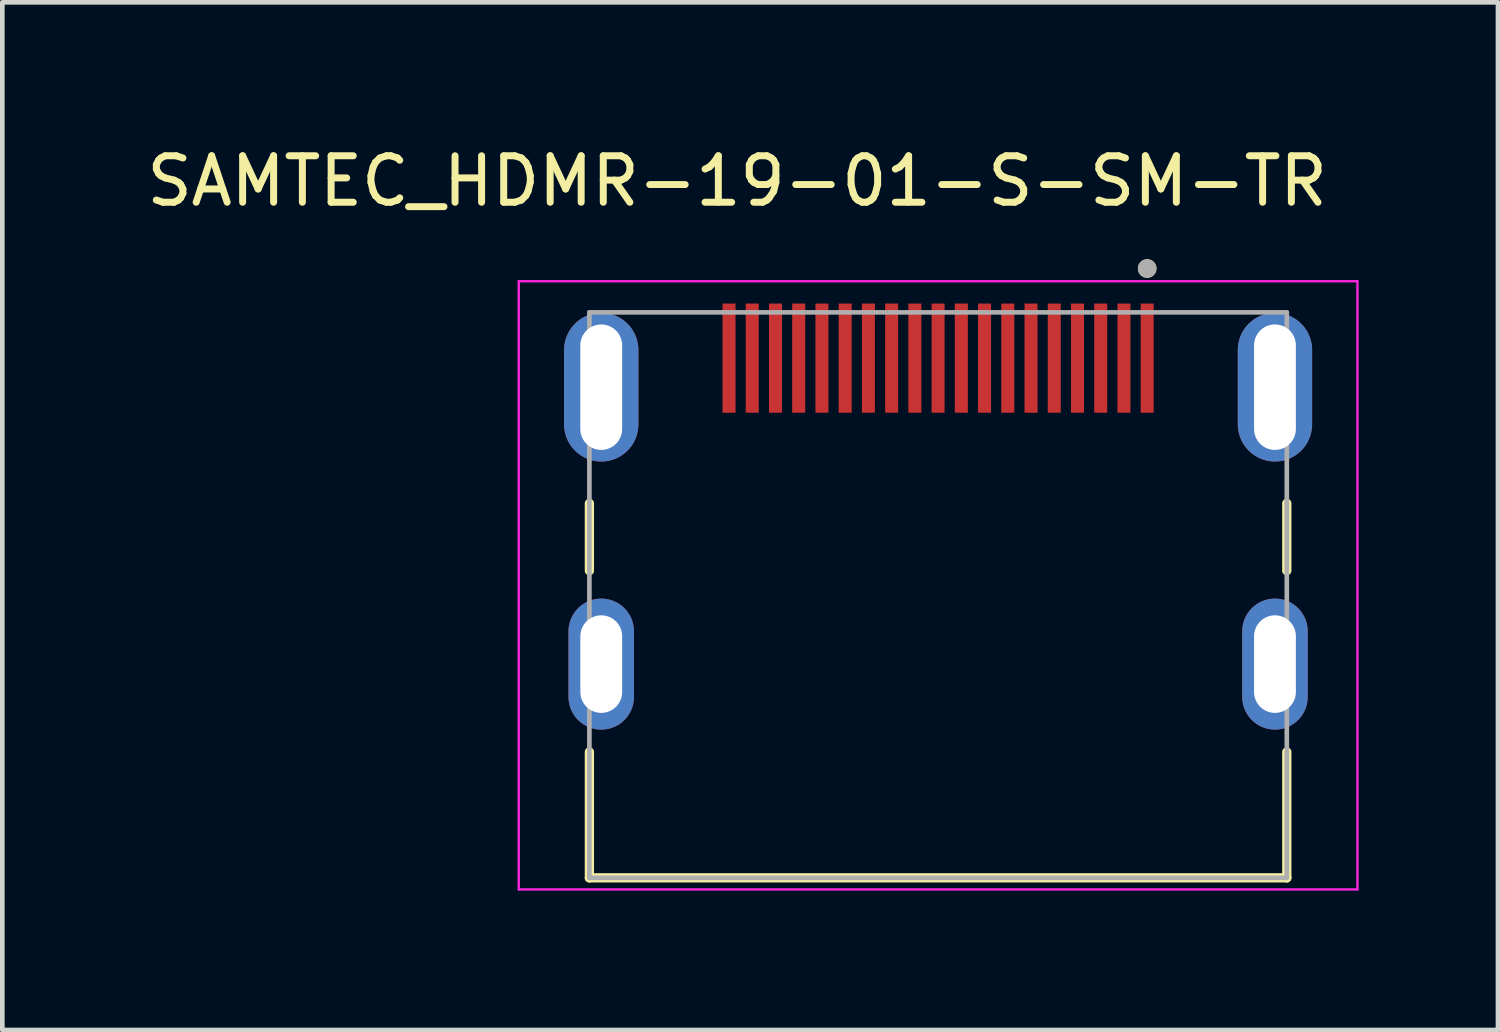
<source format=kicad_pcb>
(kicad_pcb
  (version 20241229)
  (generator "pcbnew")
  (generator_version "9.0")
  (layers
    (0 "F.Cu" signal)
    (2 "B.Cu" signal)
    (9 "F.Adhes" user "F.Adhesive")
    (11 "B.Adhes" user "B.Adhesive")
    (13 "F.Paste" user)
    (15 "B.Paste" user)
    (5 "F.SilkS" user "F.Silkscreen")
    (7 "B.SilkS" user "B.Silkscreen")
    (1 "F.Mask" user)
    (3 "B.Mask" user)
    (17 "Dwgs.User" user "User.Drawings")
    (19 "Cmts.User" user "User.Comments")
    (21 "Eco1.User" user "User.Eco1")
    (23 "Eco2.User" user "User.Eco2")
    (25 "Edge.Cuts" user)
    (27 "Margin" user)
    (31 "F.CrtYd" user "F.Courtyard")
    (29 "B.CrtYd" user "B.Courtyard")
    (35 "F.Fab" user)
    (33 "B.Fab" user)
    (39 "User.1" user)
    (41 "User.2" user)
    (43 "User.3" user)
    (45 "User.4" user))
  (footprint "SAMTEC_HDMR-19-01-S-SM-TR"
    (layer "F.Cu")
    (at 17.14 10.483)
    (property "Reference" "SAMTEC_HDMR-19-01-S-SM-TR" (at -4.325 -9.635 0) (layer "F.SilkS") (effects (font (size 1 1) (thickness 0.15))))
    (attr through_hole)
    (fp_line (start -7.505 -1.25) (end -7.505 -2.7) (stroke (width 0.2) (type solid)) (layer "F.SilkS"))
    (fp_line (start -7.505 2.65) (end -7.505 5.36) (stroke (width 0.2) (type solid)) (layer "F.SilkS"))
    (fp_line (start -7.505 5.36) (end 7.505 5.36) (stroke (width 0.2) (type solid)) (layer "F.SilkS"))
    (fp_line (start 7.505 -1.25) (end 7.505 -2.7) (stroke (width 0.2) (type solid)) (layer "F.SilkS"))
    (fp_line (start 7.505 5.36) (end 7.505 2.65) (stroke (width 0.2) (type solid)) (layer "F.SilkS"))
    (fp_circle (center 4.5 -7.754) (end 4.6 -7.754) (stroke (width 0.2) (type solid)) (fill no) (layer "F.SilkS"))
    (fp_line (start -9.025 -7.48) (end -9.025 5.61) (stroke (width 0.05) (type solid)) (layer "F.CrtYd"))
    (fp_line (start -9.025 5.61) (end 9.025 5.61) (stroke (width 0.05) (type solid)) (layer "F.CrtYd"))
    (fp_line (start 9.025 -7.48) (end -9.025 -7.48) (stroke (width 0.05) (type solid)) (layer "F.CrtYd"))
    (fp_line (start 9.025 5.61) (end 9.025 -7.48) (stroke (width 0.05) (type solid)) (layer "F.CrtYd"))
    (fp_line (start -7.505 -6.81) (end -7.505 5.36) (stroke (width 0.1) (type solid)) (layer "F.Fab"))
    (fp_line (start -7.505 5.36) (end 7.505 5.36) (stroke (width 0.1) (type solid)) (layer "F.Fab"))
    (fp_line (start 7.505 -6.81) (end -7.505 -6.81) (stroke (width 0.1) (type solid)) (layer "F.Fab"))
    (fp_line (start 7.505 5.36) (end 7.505 -6.81) (stroke (width 0.1) (type solid)) (layer "F.Fab"))
    (fp_circle (center 4.5 -7.754) (end 4.6 -7.754) (stroke (width 0.2) (type solid)) (fill no) (layer "F.Fab"))
    (pad "01" smd rect (at 4.5 -5.825) (size 0.28 2.35) (layers "F.Cu" "F.Mask" "F.Paste"))
    (pad "02" smd rect (at 4 -5.825) (size 0.28 2.35) (layers "F.Cu" "F.Mask" "F.Paste"))
    (pad "03" smd rect (at 3.5 -5.825) (size 0.28 2.35) (layers "F.Cu" "F.Mask" "F.Paste"))
    (pad "04" smd rect (at 3 -5.825) (size 0.28 2.35) (layers "F.Cu" "F.Mask" "F.Paste"))
    (pad "05" smd rect (at 2.5 -5.825) (size 0.28 2.35) (layers "F.Cu" "F.Mask" "F.Paste"))
    (pad "06" smd rect (at 2 -5.825) (size 0.28 2.35) (layers "F.Cu" "F.Mask" "F.Paste"))
    (pad "07" smd rect (at 1.5 -5.825) (size 0.28 2.35) (layers "F.Cu" "F.Mask" "F.Paste"))
    (pad "08" smd rect (at 1 -5.825) (size 0.28 2.35) (layers "F.Cu" "F.Mask" "F.Paste"))
    (pad "09" smd rect (at 0.5 -5.825) (size 0.28 2.35) (layers "F.Cu" "F.Mask" "F.Paste"))
    (pad "10" smd rect (at 0 -5.825) (size 0.28 2.35) (layers "F.Cu" "F.Mask" "F.Paste"))
    (pad "11" smd rect (at -0.5 -5.825) (size 0.28 2.35) (layers "F.Cu" "F.Mask" "F.Paste"))
    (pad "12" smd rect (at -1 -5.825) (size 0.28 2.35) (layers "F.Cu" "F.Mask" "F.Paste"))
    (pad "13" smd rect (at -1.5 -5.825) (size 0.28 2.35) (layers "F.Cu" "F.Mask" "F.Paste"))
    (pad "14" smd rect (at -2 -5.825) (size 0.28 2.35) (layers "F.Cu" "F.Mask" "F.Paste"))
    (pad "15" smd rect (at -2.5 -5.825) (size 0.28 2.35) (layers "F.Cu" "F.Mask" "F.Paste"))
    (pad "16" smd rect (at -3 -5.825) (size 0.28 2.35) (layers "F.Cu" "F.Mask" "F.Paste"))
    (pad "17" smd rect (at -3.5 -5.825) (size 0.28 2.35) (layers "F.Cu" "F.Mask" "F.Paste"))
    (pad "18" smd rect (at -4 -5.825) (size 0.28 2.35) (layers "F.Cu" "F.Mask" "F.Paste"))
    (pad "19" smd rect (at -4.5 -5.825) (size 0.28 2.35) (layers "F.Cu" "F.Mask" "F.Paste"))
    (pad "S1" thru_hole oval (at -7.25 -5.2) (size 1.6 3.2) (drill oval 0.9 2.7) (layers "*.Cu" "*.Mask"))
    (pad "S2" thru_hole oval (at 7.25 -5.2) (size 1.6 3.2) (drill oval 0.9 2.7) (layers "*.Cu" "*.Mask"))
    (pad "S3" thru_hole oval (at -7.25 0.76) (size 1.41 2.82) (drill oval 0.9 2.1) (layers "*.Cu" "*.Mask"))
    (pad "S4" thru_hole oval (at 7.25 0.76) (size 1.41 2.82) (drill oval 0.9 2.1) (layers "*.Cu" "*.Mask")))
  (gr_rect
    (start -3 -3)
    (end 29.19 19.118)
    (stroke (width 0.1) (type default))
    (fill no)
    (layer "Edge.Cuts")))
</source>
